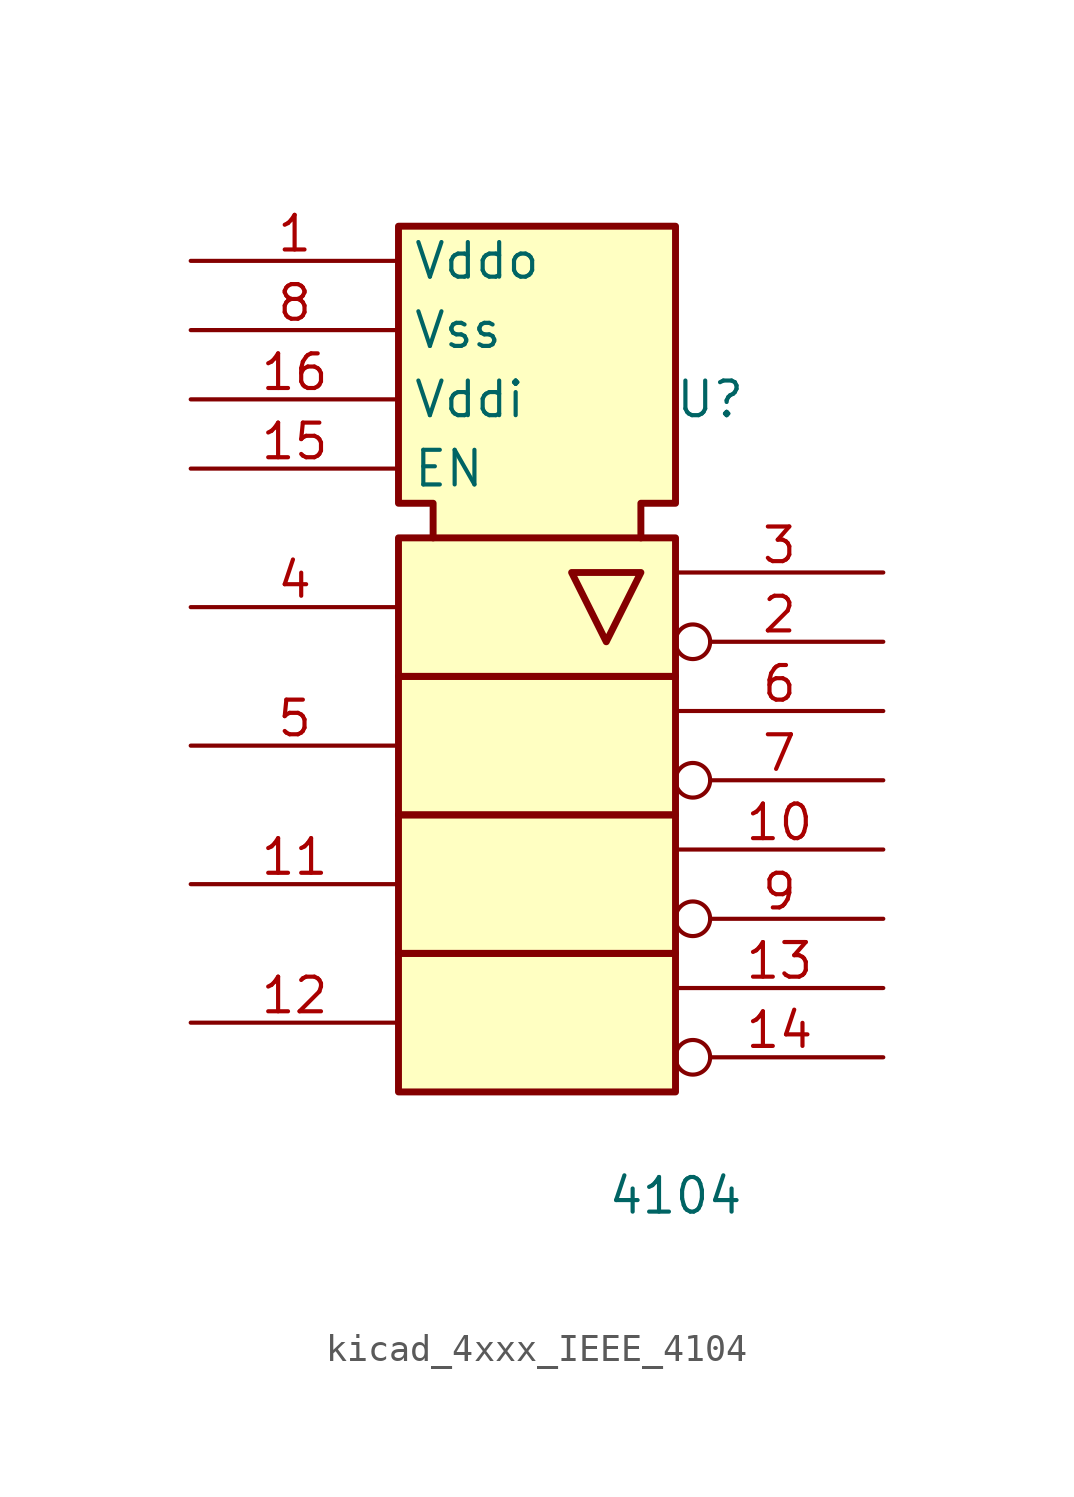
<source format=kicad_sym>
(kicad_symbol_lib
  (version 20220914)
  (generator kicad_symbol_editor)
  (symbol "kicad_4xxx_IEEE_4104"
    (property "Reference" "U"
      (at 6.35 8.89 0)
      (effects (font (size 1.27 1.27))))
    (property "Value" "4104"
      (at 5.08 -20.32 0)
      (effects (font (size 1.27 1.27))))
    (symbol "kicad_4xxx_IEEE_4104_0_0"
      (rectangle (start -5.08 -11.43) (end 5.08 -16.51) (stroke (width 0.254) (type default)) (fill (type background)))
      (rectangle (start -5.08 -6.35) (end 5.08 -11.43) (stroke (width 0.254) (type default)) (fill (type background)))
      (rectangle (start -5.08 -1.27) (end 5.08 -6.35) (stroke (width 0.254) (type default)) (fill (type background)))
      (rectangle (start -5.08 3.81) (end 5.08 -1.27) (stroke (width 0.254) (type default)) (fill (type background)))
      (polyline (pts (xy 1.27 2.54) (xy 3.81 2.54) (xy 2.54 0) (xy 1.27 2.54) (xy 1.27 2.54)) (stroke (width 0.254) (type default)) (fill (type background)))
      (polyline (pts (xy -3.81 3.81) (xy -3.81 5.08) (xy -5.08 5.08) (xy -5.08 15.24) (xy 5.08 15.24) (xy 5.08 5.08) (xy 3.81 5.08) (xy 3.81 3.81) (xy 3.81 3.81)) (stroke (width 0.254) (type default)) (fill (type background))))
    (symbol "kicad_4xxx_IEEE_4104_1_1"
      (pin power_in line (at -12.7 13.97 0) (length 7.62) (name "Vddo" (effects (font (size 1.27 1.27)))) (number "1" (effects (font (size 1.27 1.27)))))
      (pin output line (at 12.7 -7.62 180) (length 7.62) (name "~" (effects (font (size 1.27 1.27)))) (number "10" (effects (font (size 1.27 1.27)))))
      (pin input line (at -12.7 -8.89 0) (length 7.62) (name "~" (effects (font (size 1.27 1.27)))) (number "11" (effects (font (size 1.27 1.27)))))
      (pin input line (at -12.7 -13.97 0) (length 7.62) (name "~" (effects (font (size 1.27 1.27)))) (number "12" (effects (font (size 1.27 1.27)))))
      (pin output line (at 12.7 -12.7 180) (length 7.62) (name "~" (effects (font (size 1.27 1.27)))) (number "13" (effects (font (size 1.27 1.27)))))
      (pin output inverted (at 12.7 -15.24 180) (length 7.62) (name "~" (effects (font (size 1.27 1.27)))) (number "14" (effects (font (size 1.27 1.27)))))
      (pin input line (at -12.7 6.35 0) (length 7.62) (name "EN" (effects (font (size 1.27 1.27)))) (number "15" (effects (font (size 1.27 1.27)))))
      (pin power_in line (at -12.7 8.89 0) (length 7.62) (name "Vddi" (effects (font (size 1.27 1.27)))) (number "16" (effects (font (size 1.27 1.27)))))
      (pin output inverted (at 12.7 0 180) (length 7.62) (name "~" (effects (font (size 1.27 1.27)))) (number "2" (effects (font (size 1.27 1.27)))))
      (pin output line (at 12.7 2.54 180) (length 7.62) (name "~" (effects (font (size 1.27 1.27)))) (number "3" (effects (font (size 1.27 1.27)))))
      (pin input line (at -12.7 1.27 0) (length 7.62) (name "~" (effects (font (size 1.27 1.27)))) (number "4" (effects (font (size 1.27 1.27)))))
      (pin input line (at -12.7 -3.81 0) (length 7.62) (name "~" (effects (font (size 1.27 1.27)))) (number "5" (effects (font (size 1.27 1.27)))))
      (pin output line (at 12.7 -2.54 180) (length 7.62) (name "~" (effects (font (size 1.27 1.27)))) (number "6" (effects (font (size 1.27 1.27)))))
      (pin output inverted (at 12.7 -5.08 180) (length 7.62) (name "~" (effects (font (size 1.27 1.27)))) (number "7" (effects (font (size 1.27 1.27)))))
      (pin power_in line (at -12.7 11.43 0) (length 7.62) (name "Vss" (effects (font (size 1.27 1.27)))) (number "8" (effects (font (size 1.27 1.27)))))
      (pin output inverted (at 12.7 -10.16 180) (length 7.62) (name "~" (effects (font (size 1.27 1.27)))) (number "9" (effects (font (size 1.27 1.27))))))))
</source>
